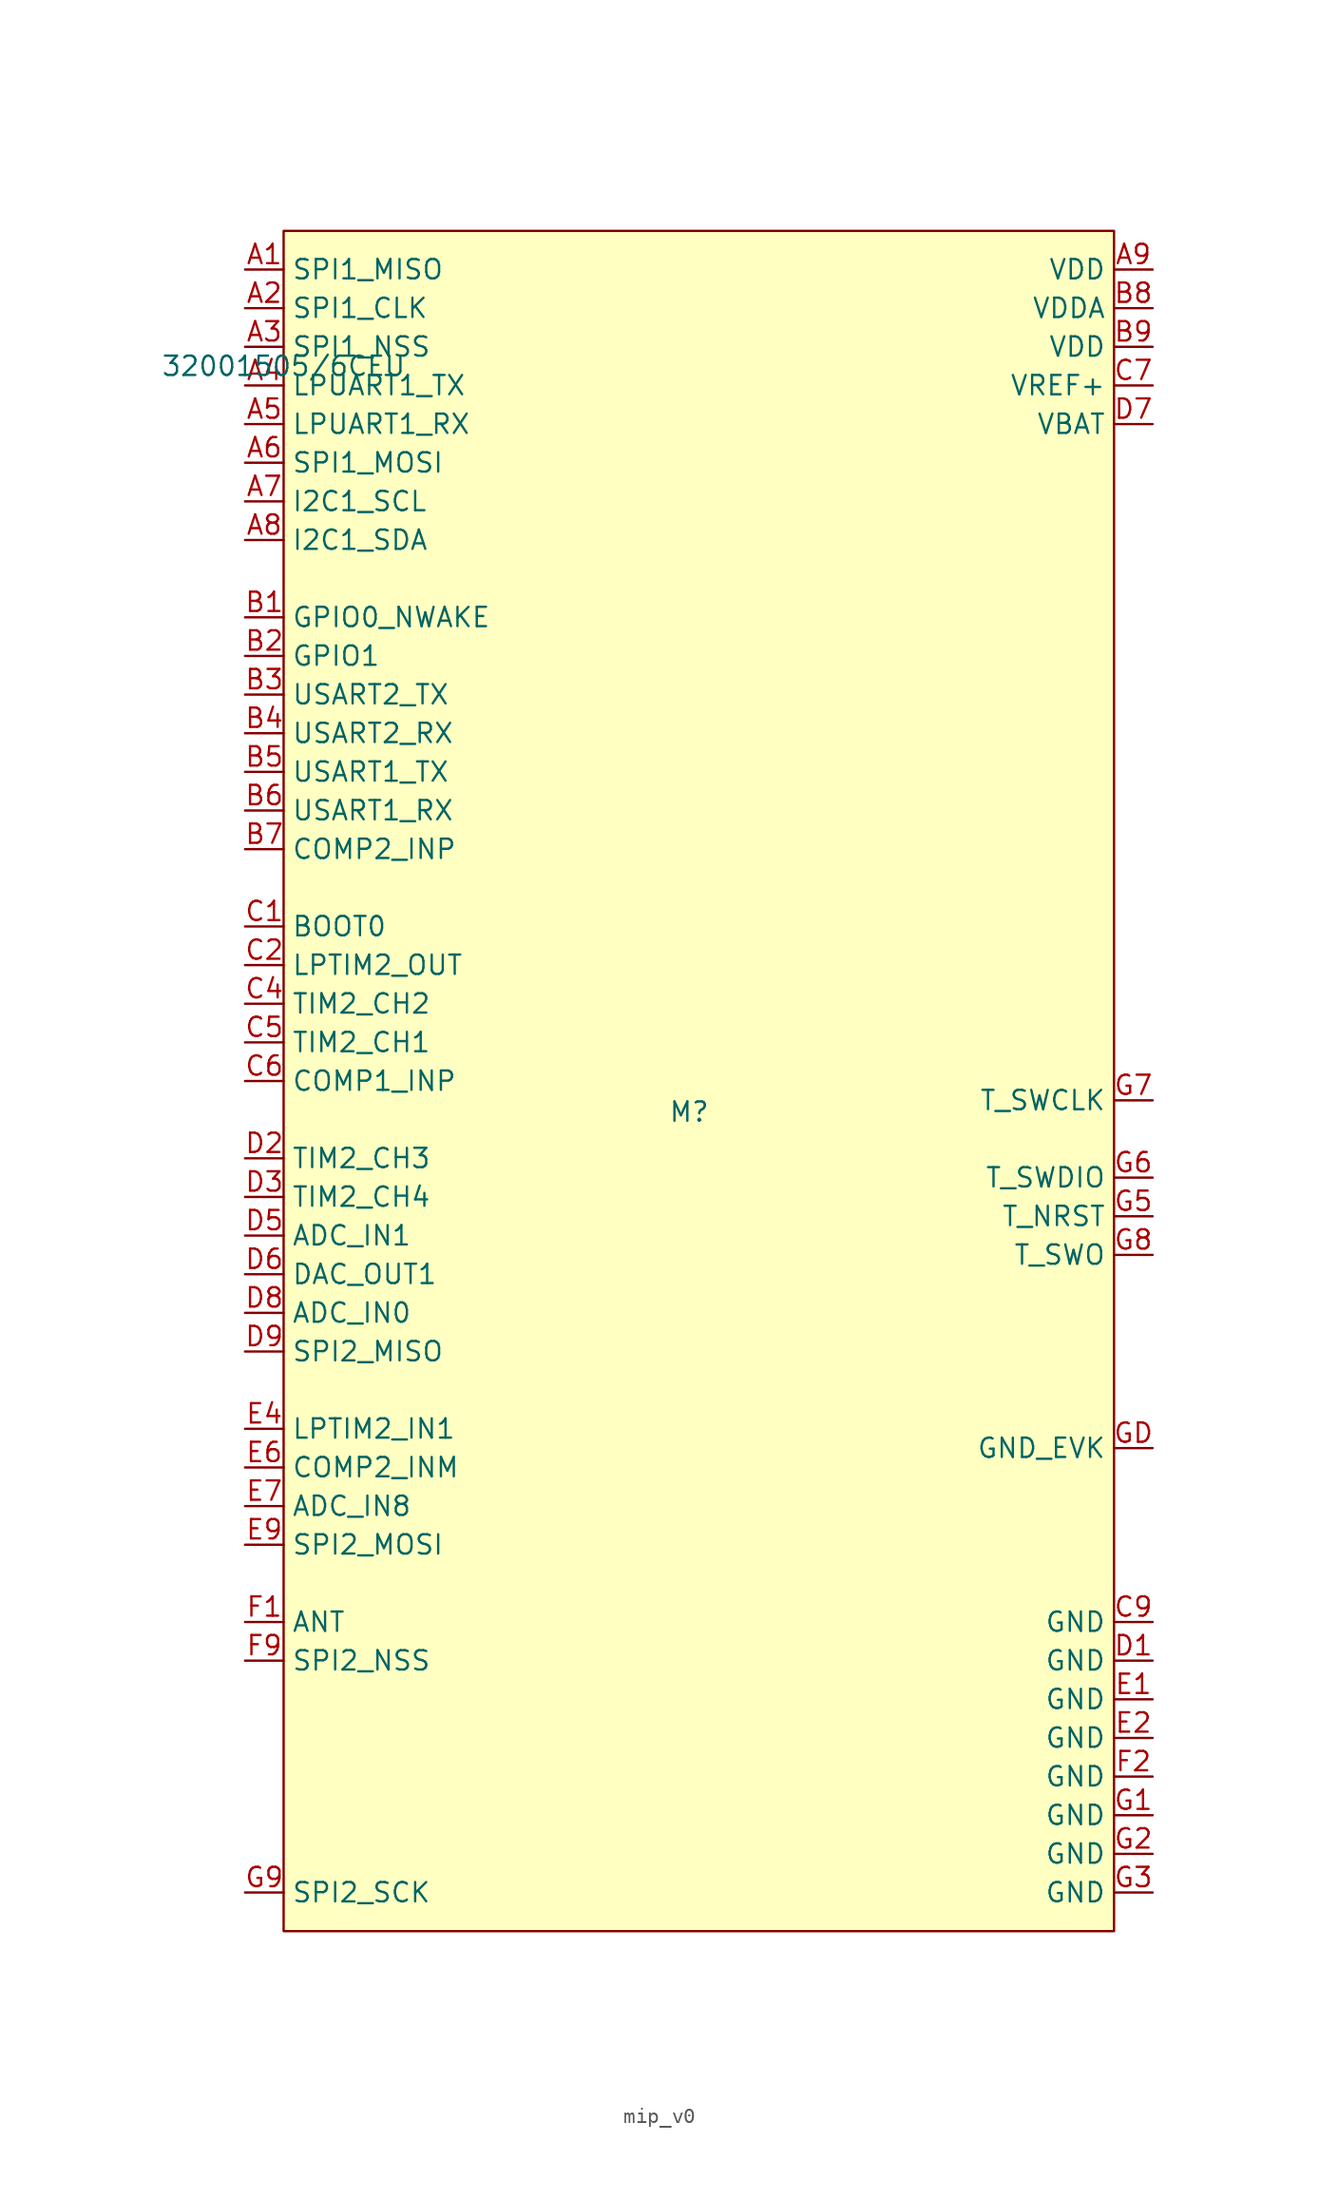
<source format=kicad_sym>
(kicad_symbol_lib
  (version 20231120)
  (generator "kicad_symbol_editor")
  (generator_version "8.0")
  (symbol "mip_v0"
    (property "Reference" "M"
      (at -1.27 -0.762 0)
      (effects (font (size 1.27 1.27))))
    (property "Value" "32001505/6CEU"
      (at -27.94 48.26 0)
      (effects (font (size 1.27 1.27))))
    (symbol "mip_v0_1_1"
      (rectangle (start -27.94 57.15) (end 26.67 -54.61) (stroke (width 0) (type default)) (fill (type background)))
      (pin input line (at -30.48 54.61 0) (length 2.54) (name "SPI1_MISO" (effects (font (size 1.27 1.27)))) (number "A1" (effects (font (size 1.27 1.27)))))
      (pin input line (at -30.48 52.07 0) (length 2.54) (name "SPI1_CLK" (effects (font (size 1.27 1.27)))) (number "A2" (effects (font (size 1.27 1.27)))))
      (pin input line (at -30.48 49.53 0) (length 2.54) (name "SPI1_NSS" (effects (font (size 1.27 1.27)))) (number "A3" (effects (font (size 1.27 1.27)))))
      (pin input line (at -30.48 46.99 0) (length 2.54) (name "LPUART1_TX" (effects (font (size 1.27 1.27)))) (number "A4" (effects (font (size 1.27 1.27)))))
      (pin input line (at -30.48 44.45 0) (length 2.54) (name "LPUART1_RX" (effects (font (size 1.27 1.27)))) (number "A5" (effects (font (size 1.27 1.27)))))
      (pin input line (at -30.48 41.91 0) (length 2.54) (name "SPI1_MOSI" (effects (font (size 1.27 1.27)))) (number "A6" (effects (font (size 1.27 1.27)))))
      (pin input line (at -30.48 39.37 0) (length 2.54) (name "I2C1_SCL" (effects (font (size 1.27 1.27)))) (number "A7" (effects (font (size 1.27 1.27)))))
      (pin input line (at -30.48 36.83 0) (length 2.54) (name "I2C1_SDA" (effects (font (size 1.27 1.27)))) (number "A8" (effects (font (size 1.27 1.27)))))
      (pin input line (at 29.21 54.61 180) (length 2.54) (name "VDD" (effects (font (size 1.27 1.27)))) (number "A9" (effects (font (size 1.27 1.27)))))
      (pin input line (at -30.48 31.75 0) (length 2.54) (name "GPIO0_NWAKE" (effects (font (size 1.27 1.27)))) (number "B1" (effects (font (size 1.27 1.27)))))
      (pin input line (at -30.48 29.21 0) (length 2.54) (name "GPIO1" (effects (font (size 1.27 1.27)))) (number "B2" (effects (font (size 1.27 1.27)))))
      (pin input line (at -30.48 26.67 0) (length 2.54) (name "USART2_TX" (effects (font (size 1.27 1.27)))) (number "B3" (effects (font (size 1.27 1.27)))))
      (pin input line (at -30.48 24.13 0) (length 2.54) (name "USART2_RX" (effects (font (size 1.27 1.27)))) (number "B4" (effects (font (size 1.27 1.27)))))
      (pin input line (at -30.48 21.59 0) (length 2.54) (name "USART1_TX" (effects (font (size 1.27 1.27)))) (number "B5" (effects (font (size 1.27 1.27)))))
      (pin input line (at -30.48 19.05 0) (length 2.54) (name "USART1_RX" (effects (font (size 1.27 1.27)))) (number "B6" (effects (font (size 1.27 1.27)))))
      (pin input line (at -30.48 16.51 0) (length 2.54) (name "COMP2_INP" (effects (font (size 1.27 1.27)))) (number "B7" (effects (font (size 1.27 1.27)))))
      (pin input line (at 29.21 52.07 180) (length 2.54) (name "VDDA" (effects (font (size 1.27 1.27)))) (number "B8" (effects (font (size 1.27 1.27)))))
      (pin input line (at 29.21 49.53 180) (length 2.54) (name "VDD" (effects (font (size 1.27 1.27)))) (number "B9" (effects (font (size 1.27 1.27)))))
      (pin input line (at -30.48 11.43 0) (length 2.54) (name "BOOT0" (effects (font (size 1.27 1.27)))) (number "C1" (effects (font (size 1.27 1.27)))))
      (pin input line (at -30.48 8.89 0) (length 2.54) (name "LPTIM2_OUT" (effects (font (size 1.27 1.27)))) (number "C2" (effects (font (size 1.27 1.27)))))
      (pin input line (at -30.48 6.35 0) (length 2.54) (name "TIM2_CH2" (effects (font (size 1.27 1.27)))) (number "C4" (effects (font (size 1.27 1.27)))))
      (pin input line (at -30.48 3.81 0) (length 2.54) (name "TIM2_CH1" (effects (font (size 1.27 1.27)))) (number "C5" (effects (font (size 1.27 1.27)))))
      (pin input line (at -30.48 1.27 0) (length 2.54) (name "COMP1_INP" (effects (font (size 1.27 1.27)))) (number "C6" (effects (font (size 1.27 1.27)))))
      (pin input line (at 29.21 46.99 180) (length 2.54) (name "VREF+" (effects (font (size 1.27 1.27)))) (number "C7" (effects (font (size 1.27 1.27)))))
      (pin input line (at 29.21 -34.29 180) (length 2.54) (name "GND" (effects (font (size 1.27 1.27)))) (number "C9" (effects (font (size 1.27 1.27)))))
      (pin input line (at 29.21 -36.83 180) (length 2.54) (name "GND" (effects (font (size 1.27 1.27)))) (number "D1" (effects (font (size 1.27 1.27)))))
      (pin input line (at -30.48 -3.81 0) (length 2.54) (name "TIM2_CH3" (effects (font (size 1.27 1.27)))) (number "D2" (effects (font (size 1.27 1.27)))))
      (pin input line (at -30.48 -6.35 0) (length 2.54) (name "TIM2_CH4" (effects (font (size 1.27 1.27)))) (number "D3" (effects (font (size 1.27 1.27)))))
      (pin input line (at -30.48 -8.89 0) (length 2.54) (name "ADC_IN1" (effects (font (size 1.27 1.27)))) (number "D5" (effects (font (size 1.27 1.27)))))
      (pin input line (at -30.48 -11.43 0) (length 2.54) (name "DAC_OUT1" (effects (font (size 1.27 1.27)))) (number "D6" (effects (font (size 1.27 1.27)))))
      (pin input line (at 29.21 44.45 180) (length 2.54) (name "VBAT" (effects (font (size 1.27 1.27)))) (number "D7" (effects (font (size 1.27 1.27)))))
      (pin input line (at -30.48 -13.97 0) (length 2.54) (name "ADC_IN0" (effects (font (size 1.27 1.27)))) (number "D8" (effects (font (size 1.27 1.27)))))
      (pin input line (at -30.48 -16.51 0) (length 2.54) (name "SPI2_MISO" (effects (font (size 1.27 1.27)))) (number "D9" (effects (font (size 1.27 1.27)))))
      (pin input line (at 29.21 -39.37 180) (length 2.54) (name "GND" (effects (font (size 1.27 1.27)))) (number "E1" (effects (font (size 1.27 1.27)))))
      (pin input line (at 29.21 -41.91 180) (length 2.54) (name "GND" (effects (font (size 1.27 1.27)))) (number "E2" (effects (font (size 1.27 1.27)))))
      (pin input line (at -30.48 -21.59 0) (length 2.54) (name "LPTIM2_IN1" (effects (font (size 1.27 1.27)))) (number "E4" (effects (font (size 1.27 1.27)))))
      (pin input line (at -30.48 -24.13 0) (length 2.54) (name "COMP2_INM" (effects (font (size 1.27 1.27)))) (number "E6" (effects (font (size 1.27 1.27)))))
      (pin input line (at -30.48 -26.67 0) (length 2.54) (name "ADC_IN8" (effects (font (size 1.27 1.27)))) (number "E7" (effects (font (size 1.27 1.27)))))
      (pin input line (at -30.48 -29.21 0) (length 2.54) (name "SPI2_MOSI" (effects (font (size 1.27 1.27)))) (number "E9" (effects (font (size 1.27 1.27)))))
      (pin input line (at -30.48 -34.29 0) (length 2.54) (name "ANT" (effects (font (size 1.27 1.27)))) (number "F1" (effects (font (size 1.27 1.27)))))
      (pin input line (at 29.21 -44.45 180) (length 2.54) (name "GND" (effects (font (size 1.27 1.27)))) (number "F2" (effects (font (size 1.27 1.27)))))
      (pin input line (at -30.48 -36.83 0) (length 2.54) (name "SPI2_NSS" (effects (font (size 1.27 1.27)))) (number "F9" (effects (font (size 1.27 1.27)))))
      (pin input line (at 29.21 -46.99 180) (length 2.54) (name "GND" (effects (font (size 1.27 1.27)))) (number "G1" (effects (font (size 1.27 1.27)))))
      (pin input line (at 29.21 -49.53 180) (length 2.54) (name "GND" (effects (font (size 1.27 1.27)))) (number "G2" (effects (font (size 1.27 1.27)))))
      (pin input line (at 29.21 -52.07 180) (length 2.54) (name "GND" (effects (font (size 1.27 1.27)))) (number "G3" (effects (font (size 1.27 1.27)))))
      (pin input line (at 29.21 -7.62 180) (length 2.54) (name "T_NRST" (effects (font (size 1.27 1.27)))) (number "G5" (effects (font (size 1.27 1.27)))))
      (pin input line (at 29.21 -5.08 180) (length 2.54) (name "T_SWDIO" (effects (font (size 1.27 1.27)))) (number "G6" (effects (font (size 1.27 1.27)))))
      (pin input line (at 29.21 0 180) (length 2.54) (name "T_SWCLK" (effects (font (size 1.27 1.27)))) (number "G7" (effects (font (size 1.27 1.27)))))
      (pin input line (at 29.21 -10.16 180) (length 2.54) (name "T_SWO" (effects (font (size 1.27 1.27)))) (number "G8" (effects (font (size 1.27 1.27)))))
      (pin input line (at -30.48 -52.07 0) (length 2.54) (name "SPI2_SCK" (effects (font (size 1.27 1.27)))) (number "G9" (effects (font (size 1.27 1.27)))))
      (pin input line (at 29.21 -22.86 180) (length 2.54) (name "GND_EVK" (effects (font (size 1.27 1.27)))) (number "GD" (effects (font (size 1.27 1.27))))))))
</source>
